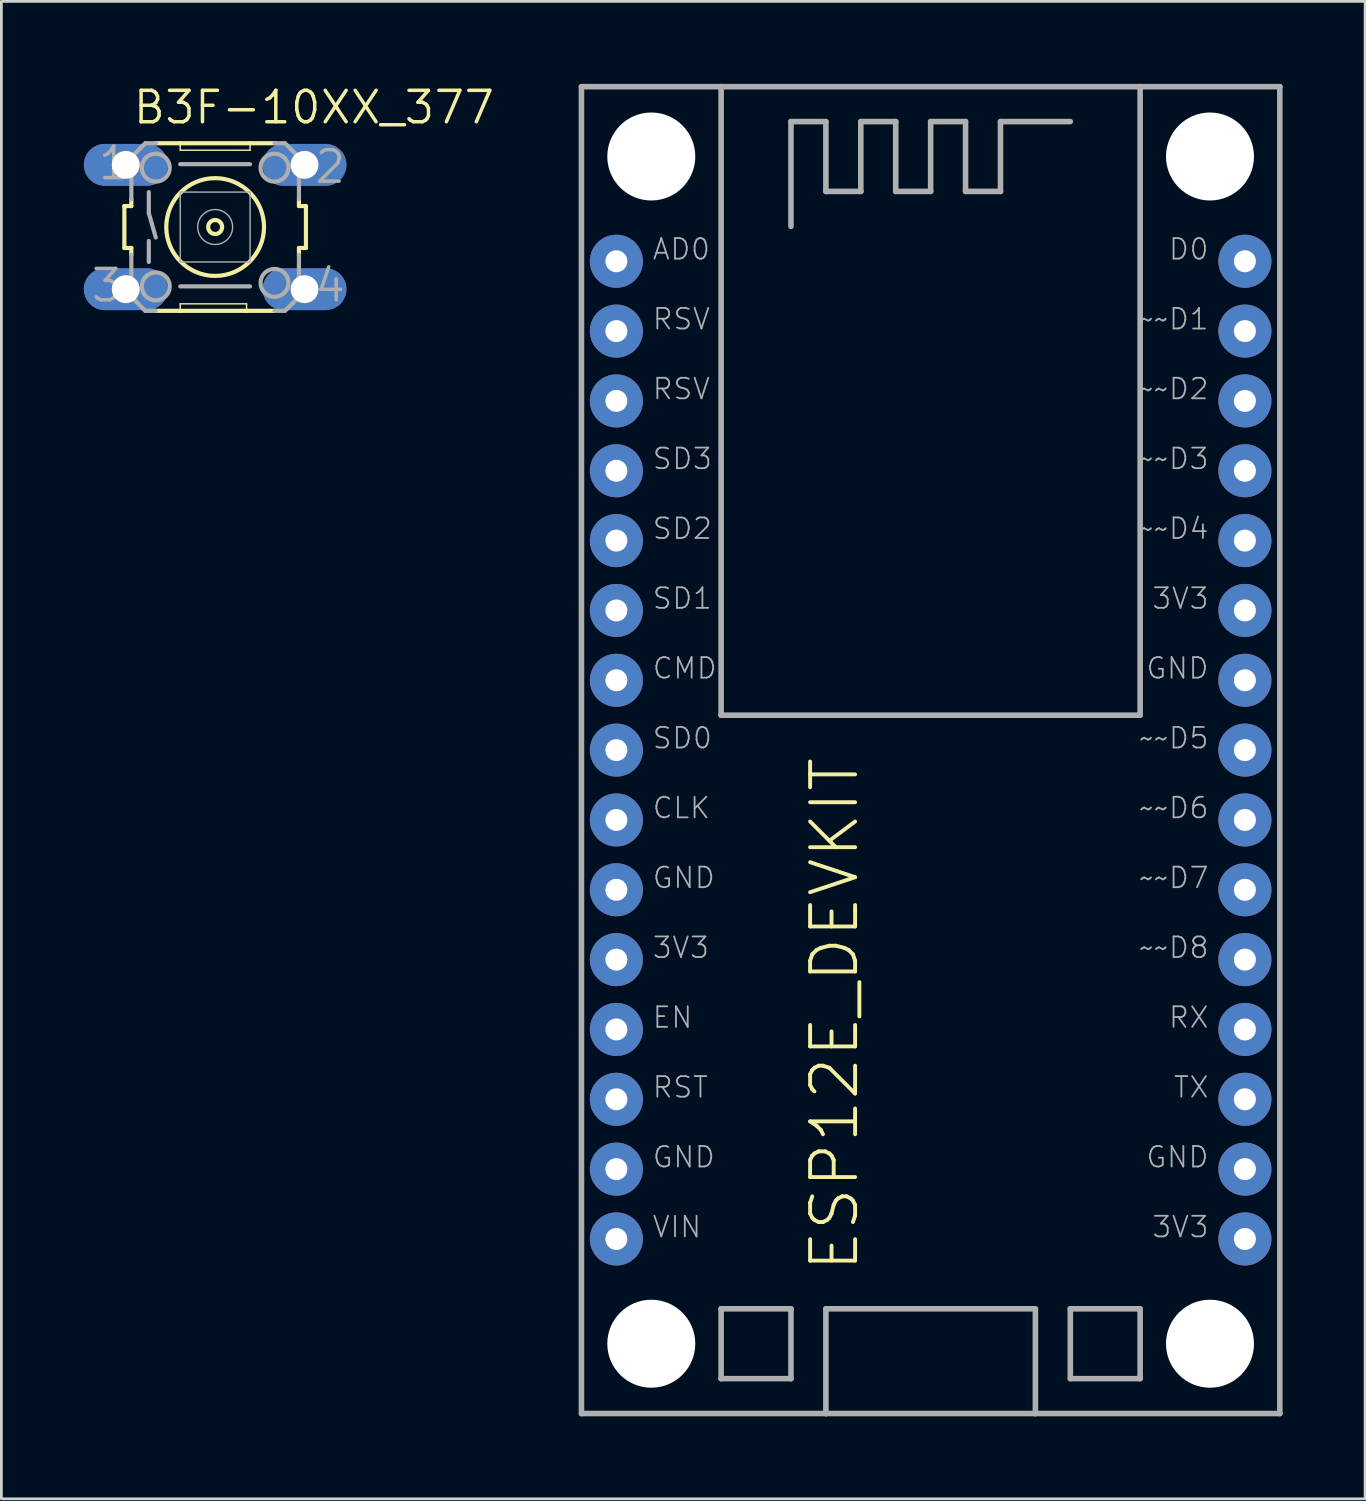
<source format=kicad_pcb>
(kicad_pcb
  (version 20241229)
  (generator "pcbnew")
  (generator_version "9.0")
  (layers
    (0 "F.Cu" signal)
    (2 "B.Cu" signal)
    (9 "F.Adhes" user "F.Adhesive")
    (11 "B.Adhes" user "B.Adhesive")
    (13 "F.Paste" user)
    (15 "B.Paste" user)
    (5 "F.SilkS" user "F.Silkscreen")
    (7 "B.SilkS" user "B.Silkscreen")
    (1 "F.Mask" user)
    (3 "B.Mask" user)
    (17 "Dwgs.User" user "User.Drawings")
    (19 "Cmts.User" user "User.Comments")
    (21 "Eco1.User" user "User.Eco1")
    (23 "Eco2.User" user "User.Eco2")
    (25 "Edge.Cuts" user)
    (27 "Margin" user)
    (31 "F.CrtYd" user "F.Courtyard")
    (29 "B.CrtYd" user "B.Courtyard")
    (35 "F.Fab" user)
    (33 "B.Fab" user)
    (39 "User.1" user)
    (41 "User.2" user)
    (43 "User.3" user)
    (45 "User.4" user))
  (footprint "ESP12E_DEVKIT"
    (layer "F.Cu")
    (at 30.798 24.232)
    (property "Reference" "ESP12E_DEVKIT" (at -2.54 19.05 90) (unlocked yes) (layer "F.SilkS") (effects (font (size 1.636 1.636) (thickness 0.142)) (justify left bottom)))
    (fp_line (start -12.7 -24.13) (end -7.62 -24.13) (stroke (width 0.203) (type solid)) (layer "F.Fab"))
    (fp_line (start -12.7 24.13) (end -12.7 -24.13) (stroke (width 0.203) (type solid)) (layer "F.Fab"))
    (fp_line (start -12.7 24.13) (end -3.81 24.13) (stroke (width 0.203) (type solid)) (layer "F.Fab"))
    (fp_line (start -7.62 -24.13) (end -7.62 -1.27) (stroke (width 0.203) (type solid)) (layer "F.Fab"))
    (fp_line (start -7.62 -24.13) (end 7.62 -24.13) (stroke (width 0.203) (type solid)) (layer "F.Fab"))
    (fp_line (start -7.62 -1.27) (end 7.62 -1.27) (stroke (width 0.203) (type solid)) (layer "F.Fab"))
    (fp_line (start -7.62 20.32) (end -5.08 20.32) (stroke (width 0.203) (type solid)) (layer "F.Fab"))
    (fp_line (start -7.62 22.86) (end -7.62 20.32) (stroke (width 0.203) (type solid)) (layer "F.Fab"))
    (fp_line (start -5.08 -22.86) (end -3.81 -22.86) (stroke (width 0.203) (type solid)) (layer "F.Fab"))
    (fp_line (start -5.08 -19.05) (end -5.08 -22.86) (stroke (width 0.203) (type solid)) (layer "F.Fab"))
    (fp_line (start -5.08 20.32) (end -5.08 22.86) (stroke (width 0.203) (type solid)) (layer "F.Fab"))
    (fp_line (start -5.08 22.86) (end -7.62 22.86) (stroke (width 0.203) (type solid)) (layer "F.Fab"))
    (fp_line (start -3.81 -22.86) (end -3.81 -20.32) (stroke (width 0.203) (type solid)) (layer "F.Fab"))
    (fp_line (start -3.81 -20.32) (end -2.54 -20.32) (stroke (width 0.203) (type solid)) (layer "F.Fab"))
    (fp_line (start -3.81 20.32) (end 3.81 20.32) (stroke (width 0.203) (type solid)) (layer "F.Fab"))
    (fp_line (start -3.81 24.13) (end -3.81 20.32) (stroke (width 0.203) (type solid)) (layer "F.Fab"))
    (fp_line (start -3.81 24.13) (end 3.81 24.13) (stroke (width 0.203) (type solid)) (layer "F.Fab"))
    (fp_line (start -2.54 -22.86) (end -1.27 -22.86) (stroke (width 0.203) (type solid)) (layer "F.Fab"))
    (fp_line (start -2.54 -20.32) (end -2.54 -22.86) (stroke (width 0.203) (type solid)) (layer "F.Fab"))
    (fp_line (start -1.27 -22.86) (end -1.27 -20.32) (stroke (width 0.203) (type solid)) (layer "F.Fab"))
    (fp_line (start -1.27 -20.32) (end 0 -20.32) (stroke (width 0.203) (type solid)) (layer "F.Fab"))
    (fp_line (start 0 -22.86) (end 1.27 -22.86) (stroke (width 0.203) (type solid)) (layer "F.Fab"))
    (fp_line (start 0 -20.32) (end 0 -22.86) (stroke (width 0.203) (type solid)) (layer "F.Fab"))
    (fp_line (start 1.27 -22.86) (end 1.27 -20.32) (stroke (width 0.203) (type solid)) (layer "F.Fab"))
    (fp_line (start 1.27 -20.32) (end 2.54 -20.32) (stroke (width 0.203) (type solid)) (layer "F.Fab"))
    (fp_line (start 2.54 -22.86) (end 5.08 -22.86) (stroke (width 0.203) (type solid)) (layer "F.Fab"))
    (fp_line (start 2.54 -20.32) (end 2.54 -22.86) (stroke (width 0.203) (type solid)) (layer "F.Fab"))
    (fp_line (start 3.81 20.32) (end 3.81 24.13) (stroke (width 0.203) (type solid)) (layer "F.Fab"))
    (fp_line (start 3.81 24.13) (end 12.7 24.13) (stroke (width 0.203) (type solid)) (layer "F.Fab"))
    (fp_line (start 5.08 20.32) (end 5.08 22.86) (stroke (width 0.203) (type solid)) (layer "F.Fab"))
    (fp_line (start 5.08 22.86) (end 7.62 22.86) (stroke (width 0.203) (type solid)) (layer "F.Fab"))
    (fp_line (start 7.62 -24.13) (end 12.7 -24.13) (stroke (width 0.203) (type solid)) (layer "F.Fab"))
    (fp_line (start 7.62 -1.27) (end 7.62 -24.13) (stroke (width 0.203) (type solid)) (layer "F.Fab"))
    (fp_line (start 7.62 20.32) (end 5.08 20.32) (stroke (width 0.203) (type solid)) (layer "F.Fab"))
    (fp_line (start 7.62 22.86) (end 7.62 20.32) (stroke (width 0.203) (type solid)) (layer "F.Fab"))
    (fp_line (start 12.7 -24.13) (end 12.7 24.13) (stroke (width 0.203) (type solid)) (layer "F.Fab"))
    (fp_text user "~~D8" (at 10.16 7.62 0) (unlocked yes) (layer "F.Fab") (effects (font (size 0.748 0.748) (thickness 0.065)) (justify right bottom)))
    (fp_text user "VIN" (at -10.16 17.78 0) (unlocked yes) (layer "F.Fab") (effects (font (size 0.748 0.748) (thickness 0.065)) (justify left bottom)))
    (fp_text user "RSV" (at -10.16 -15.24 0) (unlocked yes) (layer "F.Fab") (effects (font (size 0.748 0.748) (thickness 0.065)) (justify left bottom)))
    (fp_text user "GND" (at 10.16 15.24 0) (unlocked yes) (layer "F.Fab") (effects (font (size 0.748 0.748) (thickness 0.065)) (justify right bottom)))
    (fp_text user "3V3" (at -10.16 7.62 0) (unlocked yes) (layer "F.Fab") (effects (font (size 0.748 0.748) (thickness 0.065)) (justify left bottom)))
    (fp_text user "~~D7" (at 10.16 5.08 0) (unlocked yes) (layer "F.Fab") (effects (font (size 0.748 0.748) (thickness 0.065)) (justify right bottom)))
    (fp_text user "EN" (at -10.16 10.16 0) (unlocked yes) (layer "F.Fab") (effects (font (size 0.748 0.748) (thickness 0.065)) (justify left bottom)))
    (fp_text user "SD3" (at -10.16 -10.16 0) (unlocked yes) (layer "F.Fab") (effects (font (size 0.748 0.748) (thickness 0.065)) (justify left bottom)))
    (fp_text user "GND" (at 10.16 -2.54 0) (unlocked yes) (layer "F.Fab") (effects (font (size 0.748 0.748) (thickness 0.065)) (justify right bottom)))
    (fp_text user "D0" (at 10.16 -17.78 0) (unlocked yes) (layer "F.Fab") (effects (font (size 0.748 0.748) (thickness 0.065)) (justify right bottom)))
    (fp_text user "GND" (at -10.16 5.08 0) (unlocked yes) (layer "F.Fab") (effects (font (size 0.748 0.748) (thickness 0.065)) (justify left bottom)))
    (fp_text user "CMD" (at -10.16 -2.54 0) (unlocked yes) (layer "F.Fab") (effects (font (size 0.748 0.748) (thickness 0.065)) (justify left bottom)))
    (fp_text user "~~D5" (at 10.16 0 0) (unlocked yes) (layer "F.Fab") (effects (font (size 0.748 0.748) (thickness 0.065)) (justify right bottom)))
    (fp_text user "~~D2" (at 10.16 -12.7 0) (unlocked yes) (layer "F.Fab") (effects (font (size 0.748 0.748) (thickness 0.065)) (justify right bottom)))
    (fp_text user "AD0" (at -10.16 -17.78 0) (unlocked yes) (layer "F.Fab") (effects (font (size 0.748 0.748) (thickness 0.065)) (justify left bottom)))
    (fp_text user "RSV" (at -10.16 -12.7 0) (unlocked yes) (layer "F.Fab") (effects (font (size 0.748 0.748) (thickness 0.065)) (justify left bottom)))
    (fp_text user "SD1" (at -10.16 -5.08 0) (unlocked yes) (layer "F.Fab") (effects (font (size 0.748 0.748) (thickness 0.065)) (justify left bottom)))
    (fp_text user "SD2" (at -10.16 -7.62 0) (unlocked yes) (layer "F.Fab") (effects (font (size 0.748 0.748) (thickness 0.065)) (justify left bottom)))
    (fp_text user "3V3" (at 10.16 17.78 0) (unlocked yes) (layer "F.Fab") (effects (font (size 0.748 0.748) (thickness 0.065)) (justify right bottom)))
    (fp_text user "~~D1" (at 10.16 -15.24 0) (unlocked yes) (layer "F.Fab") (effects (font (size 0.748 0.748) (thickness 0.065)) (justify right bottom)))
    (fp_text user "~~D6" (at 10.16 2.54 0) (unlocked yes) (layer "F.Fab") (effects (font (size 0.748 0.748) (thickness 0.065)) (justify right bottom)))
    (fp_text user "~~D3" (at 10.16 -10.16 0) (unlocked yes) (layer "F.Fab") (effects (font (size 0.748 0.748) (thickness 0.065)) (justify right bottom)))
    (fp_text user "RX" (at 10.16 10.16 0) (unlocked yes) (layer "F.Fab") (effects (font (size 0.748 0.748) (thickness 0.065)) (justify right bottom)))
    (fp_text user "GND" (at -10.16 15.24 0) (unlocked yes) (layer "F.Fab") (effects (font (size 0.748 0.748) (thickness 0.065)) (justify left bottom)))
    (fp_text user "3V3" (at 10.16 -5.08 0) (unlocked yes) (layer "F.Fab") (effects (font (size 0.748 0.748) (thickness 0.065)) (justify right bottom)))
    (fp_text user "~~D4" (at 10.16 -7.62 0) (unlocked yes) (layer "F.Fab") (effects (font (size 0.748 0.748) (thickness 0.065)) (justify right bottom)))
    (fp_text user "CLK" (at -10.16 2.54 0) (unlocked yes) (layer "F.Fab") (effects (font (size 0.748 0.748) (thickness 0.065)) (justify left bottom)))
    (fp_text user "TX" (at 10.16 12.7 0) (unlocked yes) (layer "F.Fab") (effects (font (size 0.748 0.748) (thickness 0.065)) (justify right bottom)))
    (fp_text user "SD0" (at -10.16 0 0) (unlocked yes) (layer "F.Fab") (effects (font (size 0.748 0.748) (thickness 0.065)) (justify left bottom)))
    (fp_text user "RST" (at -10.16 12.7 0) (unlocked yes) (layer "F.Fab") (effects (font (size 0.748 0.748) (thickness 0.065)) (justify left bottom)))
    (pad "" np_thru_hole circle (at -10.16 -21.59) (size 3.2 3.2) (drill 3.2) (layers "*.Cu" "*.Mask"))
    (pad "" np_thru_hole circle (at -10.16 21.59) (size 3.2 3.2) (drill 3.2) (layers "*.Cu" "*.Mask"))
    (pad "" np_thru_hole circle (at 10.16 -21.59) (size 3.2 3.2) (drill 3.2) (layers "*.Cu" "*.Mask"))
    (pad "" np_thru_hole circle (at 10.16 21.59) (size 3.2 3.2) (drill 3.2) (layers "*.Cu" "*.Mask"))
    (pad "3V3@0" thru_hole circle (at -11.43 7.62) (size 1.93 1.93) (drill 0.8) (layers "*.Cu" "*.Mask"))
    (pad "3V3@1" thru_hole circle (at 11.43 -5.08) (size 1.93 1.93) (drill 0.8) (layers "*.Cu" "*.Mask"))
    (pad "3V3@2" thru_hole circle (at 11.43 17.78) (size 1.93 1.93) (drill 0.8) (layers "*.Cu" "*.Mask"))
    (pad "AD0" thru_hole circle (at -11.43 -17.78) (size 1.93 1.93) (drill 0.8) (layers "*.Cu" "*.Mask"))
    (pad "CLK" thru_hole circle (at -11.43 2.54) (size 1.93 1.93) (drill 0.8) (layers "*.Cu" "*.Mask"))
    (pad "CMD" thru_hole circle (at -11.43 -2.54) (size 1.93 1.93) (drill 0.8) (layers "*.Cu" "*.Mask"))
    (pad "D0" thru_hole circle (at 11.43 -17.78) (size 1.93 1.93) (drill 0.8) (layers "*.Cu" "*.Mask"))
    (pad "D1" thru_hole circle (at 11.43 -15.24) (size 1.93 1.93) (drill 0.8) (layers "*.Cu" "*.Mask"))
    (pad "D2" thru_hole circle (at 11.43 -12.7) (size 1.93 1.93) (drill 0.8) (layers "*.Cu" "*.Mask"))
    (pad "D3" thru_hole circle (at 11.43 -10.16) (size 1.93 1.93) (drill 0.8) (layers "*.Cu" "*.Mask"))
    (pad "D4" thru_hole circle (at 11.43 -7.62) (size 1.93 1.93) (drill 0.8) (layers "*.Cu" "*.Mask"))
    (pad "D5" thru_hole circle (at 11.43 0) (size 1.93 1.93) (drill 0.8) (layers "*.Cu" "*.Mask"))
    (pad "D6" thru_hole circle (at 11.43 2.54) (size 1.93 1.93) (drill 0.8) (layers "*.Cu" "*.Mask"))
    (pad "D7" thru_hole circle (at 11.43 5.08) (size 1.93 1.93) (drill 0.8) (layers "*.Cu" "*.Mask"))
    (pad "D8" thru_hole circle (at 11.43 7.62) (size 1.93 1.93) (drill 0.8) (layers "*.Cu" "*.Mask"))
    (pad "EN" thru_hole circle (at -11.43 10.16) (size 1.93 1.93) (drill 0.8) (layers "*.Cu" "*.Mask"))
    (pad "GND@0" thru_hole circle (at -11.43 5.08) (size 1.93 1.93) (drill 0.8) (layers "*.Cu" "*.Mask"))
    (pad "GND@1" thru_hole circle (at -11.43 15.24) (size 1.93 1.93) (drill 0.8) (layers "*.Cu" "*.Mask"))
    (pad "GND@2" thru_hole circle (at 11.43 -2.54) (size 1.93 1.93) (drill 0.8) (layers "*.Cu" "*.Mask"))
    (pad "GND@3" thru_hole circle (at 11.43 15.24) (size 1.93 1.93) (drill 0.8) (layers "*.Cu" "*.Mask"))
    (pad "RST" thru_hole circle (at -11.43 12.7) (size 1.93 1.93) (drill 0.8) (layers "*.Cu" "*.Mask"))
    (pad "RSV@0" thru_hole circle (at -11.43 -15.24) (size 1.93 1.93) (drill 0.8) (layers "*.Cu" "*.Mask"))
    (pad "RSV@1" thru_hole circle (at -11.43 -12.7) (size 1.93 1.93) (drill 0.8) (layers "*.Cu" "*.Mask"))
    (pad "RX" thru_hole circle (at 11.43 10.16) (size 1.93 1.93) (drill 0.8) (layers "*.Cu" "*.Mask"))
    (pad "SD0" thru_hole circle (at -11.43 0) (size 1.93 1.93) (drill 0.8) (layers "*.Cu" "*.Mask"))
    (pad "SD1" thru_hole circle (at -11.43 -5.08) (size 1.93 1.93) (drill 0.8) (layers "*.Cu" "*.Mask"))
    (pad "SD2" thru_hole circle (at -11.43 -7.62) (size 1.93 1.93) (drill 0.8) (layers "*.Cu" "*.Mask"))
    (pad "SD3" thru_hole circle (at -11.43 -10.16) (size 1.93 1.93) (drill 0.8) (layers "*.Cu" "*.Mask"))
    (pad "TX" thru_hole circle (at 11.43 12.7) (size 1.93 1.93) (drill 0.8) (layers "*.Cu" "*.Mask"))
    (pad "VIN" thru_hole circle (at -11.43 17.78) (size 1.93 1.93) (drill 0.8) (layers "*.Cu" "*.Mask")))
  (footprint "B3F-10XX_377"
    (layer "F.Cu")
    (at 4.775 5.207)
    (property "Reference" "B3F-10XX_377" (at -3.048 -3.683 0) (unlocked yes) (layer "F.SilkS") (effects (font (size 1.143 1.143) (thickness 0.127)) (justify left bottom)))
    (fp_line (start -3.302 -0.762) (end -3.302 0.762) (stroke (width 0.152) (type solid)) (layer "F.SilkS"))
    (fp_line (start -3.302 -0.762) (end -3.048 -0.762) (stroke (width 0.152) (type solid)) (layer "F.SilkS"))
    (fp_line (start -3.048 -0.762) (end -3.048 -1.016) (stroke (width 0.152) (type solid)) (layer "F.SilkS"))
    (fp_line (start -3.048 0.762) (end -3.302 0.762) (stroke (width 0.152) (type solid)) (layer "F.SilkS"))
    (fp_line (start -3.048 0.762) (end -3.048 1.016) (stroke (width 0.152) (type solid)) (layer "F.SilkS"))
    (fp_line (start -2.159 3.048) (end -1.27 3.048) (stroke (width 0.152) (type solid)) (layer "F.SilkS"))
    (fp_line (start -1.27 -3.048) (end -2.159 -3.048) (stroke (width 0.152) (type solid)) (layer "F.SilkS"))
    (fp_line (start -1.27 -3.048) (end -1.27 -2.794) (stroke (width 0.051) (type solid)) (layer "F.SilkS"))
    (fp_line (start -1.27 2.794) (end -1.27 3.048) (stroke (width 0.051) (type solid)) (layer "F.SilkS"))
    (fp_line (start -1.27 3.048) (end 1.143 3.048) (stroke (width 0.152) (type solid)) (layer "F.SilkS"))
    (fp_line (start 1.143 2.794) (end -1.27 2.794) (stroke (width 0.051) (type solid)) (layer "F.SilkS"))
    (fp_line (start 1.143 2.794) (end 1.143 3.048) (stroke (width 0.051) (type solid)) (layer "F.SilkS"))
    (fp_line (start 1.143 3.048) (end 2.159 3.048) (stroke (width 0.152) (type solid)) (layer "F.SilkS"))
    (fp_line (start 1.27 -3.048) (end -1.27 -3.048) (stroke (width 0.152) (type solid)) (layer "F.SilkS"))
    (fp_line (start 1.27 -2.794) (end -1.27 -2.794) (stroke (width 0.051) (type solid)) (layer "F.SilkS"))
    (fp_line (start 1.27 -2.794) (end 1.27 -3.048) (stroke (width 0.051) (type solid)) (layer "F.SilkS"))
    (fp_line (start 2.159 -3.048) (end 1.27 -3.048) (stroke (width 0.152) (type solid)) (layer "F.SilkS"))
    (fp_line (start 3.048 -0.762) (end 3.048 -1.016) (stroke (width 0.152) (type solid)) (layer "F.SilkS"))
    (fp_line (start 3.048 -0.762) (end 3.302 -0.762) (stroke (width 0.152) (type solid)) (layer "F.SilkS"))
    (fp_line (start 3.048 0.762) (end 3.048 1.016) (stroke (width 0.152) (type solid)) (layer "F.SilkS"))
    (fp_line (start 3.302 0.762) (end 3.048 0.762) (stroke (width 0.152) (type solid)) (layer "F.SilkS"))
    (fp_line (start 3.302 0.762) (end 3.302 -0.762) (stroke (width 0.152) (type solid)) (layer "F.SilkS"))
    (fp_circle (center 0 0) (end 0.254 0) (stroke (width 0.152) (type solid)) (fill no) (layer "F.SilkS"))
    (fp_circle (center 0 0) (end 1.778 0) (stroke (width 0.152) (type solid)) (fill no) (layer "F.SilkS"))
    (fp_line (start -3.048 -2.54) (end -3.048 -1.016) (stroke (width 0.152) (type solid)) (layer "F.Fab"))
    (fp_line (start -3.048 2.54) (end -3.048 1.016) (stroke (width 0.152) (type solid)) (layer "F.Fab"))
    (fp_line (start -2.54 -3.048) (end -3.048 -2.54) (stroke (width 0.152) (type solid)) (layer "F.Fab"))
    (fp_line (start -2.54 -3.048) (end -2.159 -3.048) (stroke (width 0.152) (type solid)) (layer "F.Fab"))
    (fp_line (start -2.54 3.048) (end -3.048 2.54) (stroke (width 0.152) (type solid)) (layer "F.Fab"))
    (fp_line (start -2.54 3.048) (end -2.159 3.048) (stroke (width 0.152) (type solid)) (layer "F.Fab"))
    (fp_line (start -2.413 -1.27) (end -2.413 -0.508) (stroke (width 0.152) (type solid)) (layer "F.Fab"))
    (fp_line (start -2.413 -0.508) (end -2.159 0.381) (stroke (width 0.152) (type solid)) (layer "F.Fab"))
    (fp_line (start -2.413 0.508) (end -2.413 1.27) (stroke (width 0.152) (type solid)) (layer "F.Fab"))
    (fp_line (start -1.27 -1.27) (end -1.27 1.27) (stroke (width 0.051) (type solid)) (layer "F.Fab"))
    (fp_line (start -1.27 -1.27) (end 1.27 -1.27) (stroke (width 0.051) (type solid)) (layer "F.Fab"))
    (fp_line (start -1.27 2.159) (end 1.27 2.159) (stroke (width 0.152) (type solid)) (layer "F.Fab"))
    (fp_line (start 1.27 -2.286) (end -1.27 -2.286) (stroke (width 0.152) (type solid)) (layer "F.Fab"))
    (fp_line (start 1.27 1.27) (end -1.27 1.27) (stroke (width 0.051) (type solid)) (layer "F.Fab"))
    (fp_line (start 1.27 1.27) (end 1.27 -1.27) (stroke (width 0.051) (type solid)) (layer "F.Fab"))
    (fp_line (start 2.54 -3.048) (end 2.159 -3.048) (stroke (width 0.152) (type solid)) (layer "F.Fab"))
    (fp_line (start 2.54 3.048) (end 2.159 3.048) (stroke (width 0.152) (type solid)) (layer "F.Fab"))
    (fp_line (start 2.54 3.048) (end 3.048 2.54) (stroke (width 0.152) (type solid)) (layer "F.Fab"))
    (fp_line (start 3.048 -2.54) (end 2.54 -3.048) (stroke (width 0.152) (type solid)) (layer "F.Fab"))
    (fp_line (start 3.048 -1.016) (end 3.048 -2.54) (stroke (width 0.152) (type solid)) (layer "F.Fab"))
    (fp_line (start 3.048 2.54) (end 3.048 1.016) (stroke (width 0.152) (type solid)) (layer "F.Fab"))
    (fp_circle (center -2.159 -2.159) (end -1.651 -2.159) (stroke (width 0.152) (type solid)) (fill no) (layer "F.Fab"))
    (fp_circle (center -2.159 2.159) (end -1.651 2.159) (stroke (width 0.152) (type solid)) (fill no) (layer "F.Fab"))
    (fp_circle (center 0 0) (end 0.635 0) (stroke (width 0.051) (type solid)) (fill no) (layer "F.Fab"))
    (fp_circle (center 2.159 -2.159) (end 2.667 -2.159) (stroke (width 0.152) (type solid)) (fill no) (layer "F.Fab"))
    (fp_circle (center 2.159 2.032) (end 2.667 2.032) (stroke (width 0.152) (type solid)) (fill no) (layer "F.Fab"))
    (fp_text user "2" (at 3.556 -1.524 0) (unlocked yes) (layer "F.Fab") (effects (font (size 1.143 1.143) (thickness 0.127)) (justify left bottom)))
    (fp_text user "3" (at -4.572 2.794 0) (unlocked yes) (layer "F.Fab") (effects (font (size 1.143 1.143) (thickness 0.127)) (justify left bottom)))
    (fp_text user "1" (at -4.318 -1.651 0) (unlocked yes) (layer "F.Fab") (effects (font (size 1.143 1.143) (thickness 0.127)) (justify left bottom)))
    (fp_text user "4" (at 3.556 2.794 0) (unlocked yes) (layer "F.Fab") (effects (font (size 1.143 1.143) (thickness 0.127)) (justify left bottom)))
    (pad "1" thru_hole oval (at -3.251 -2.261) (size 3.048 1.524) (drill 1.016) (layers "*.Cu" "*.Mask"))
    (pad "2" thru_hole oval (at 3.251 -2.261) (size 3.048 1.524) (drill 1.016) (layers "*.Cu" "*.Mask"))
    (pad "3" thru_hole oval (at -3.251 2.261) (size 3.048 1.524) (drill 1.016) (layers "*.Cu" "*.Mask"))
    (pad "4" thru_hole oval (at 3.251 2.261) (size 3.048 1.524) (drill 1.016) (layers "*.Cu" "*.Mask")))
  (gr_rect
    (start -3 -3)
    (end 46.6 51.463)
    (stroke (width 0.1) (type default))
    (fill no)
    (layer "Edge.Cuts")))
</source>
